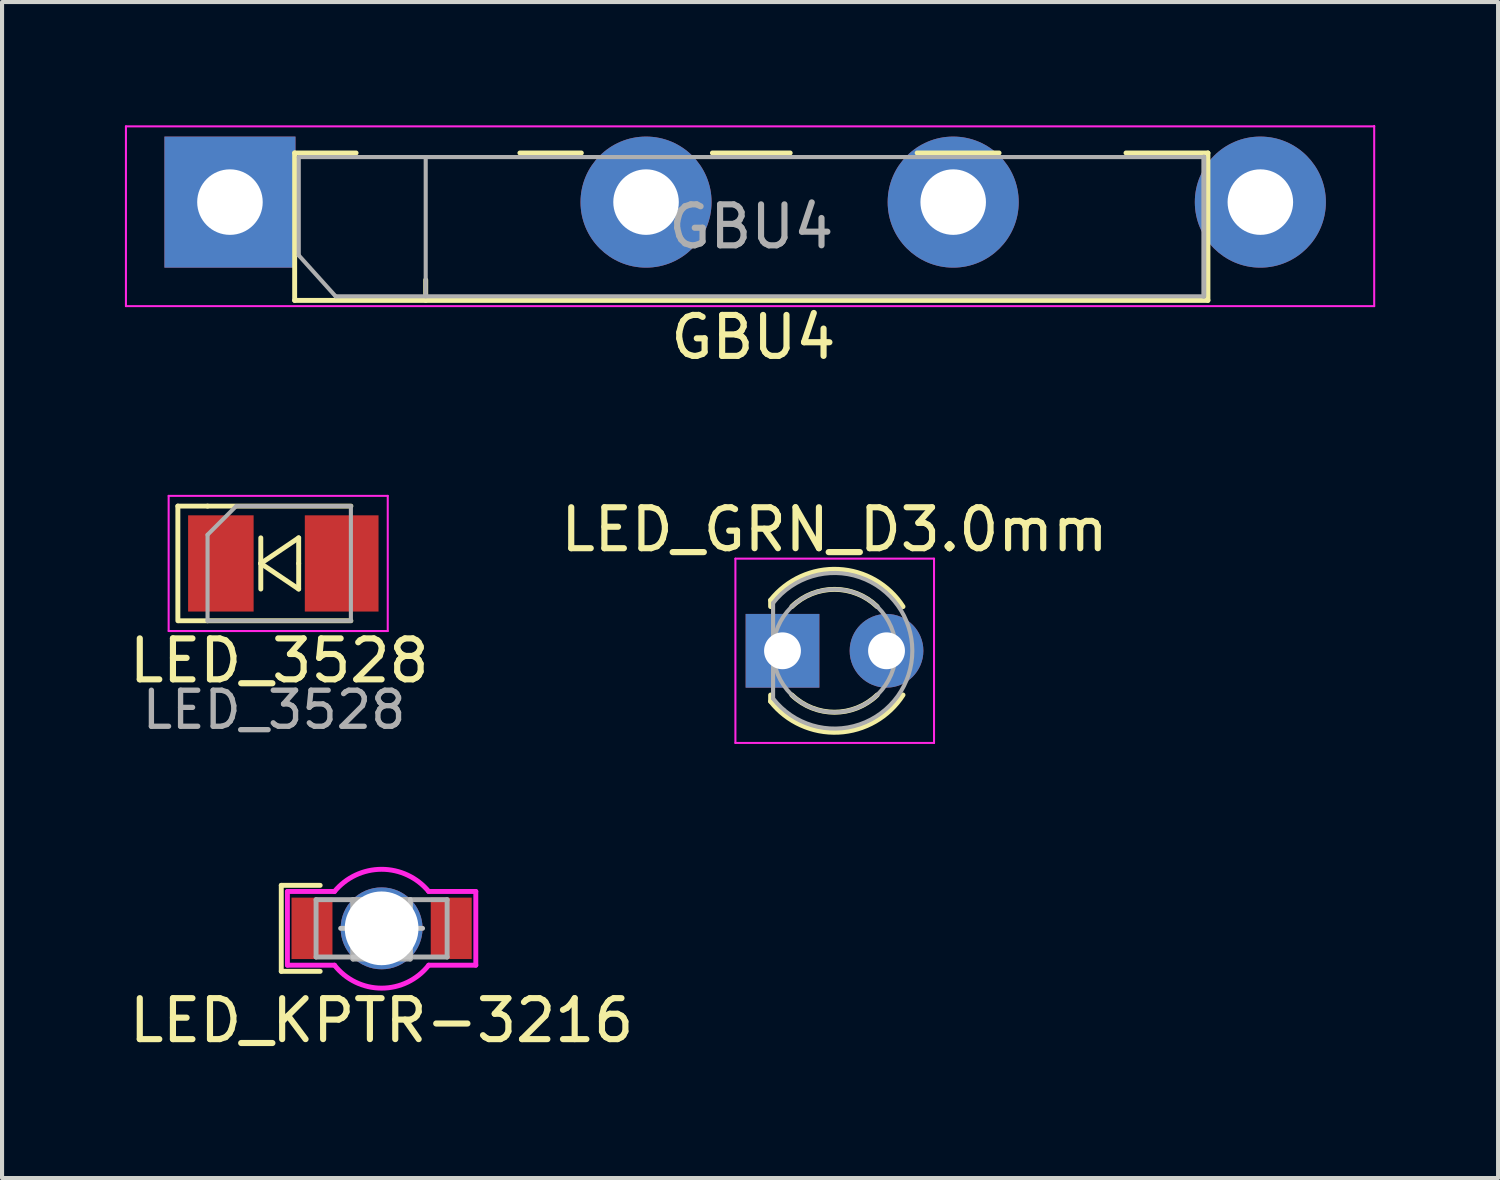
<source format=kicad_pcb>
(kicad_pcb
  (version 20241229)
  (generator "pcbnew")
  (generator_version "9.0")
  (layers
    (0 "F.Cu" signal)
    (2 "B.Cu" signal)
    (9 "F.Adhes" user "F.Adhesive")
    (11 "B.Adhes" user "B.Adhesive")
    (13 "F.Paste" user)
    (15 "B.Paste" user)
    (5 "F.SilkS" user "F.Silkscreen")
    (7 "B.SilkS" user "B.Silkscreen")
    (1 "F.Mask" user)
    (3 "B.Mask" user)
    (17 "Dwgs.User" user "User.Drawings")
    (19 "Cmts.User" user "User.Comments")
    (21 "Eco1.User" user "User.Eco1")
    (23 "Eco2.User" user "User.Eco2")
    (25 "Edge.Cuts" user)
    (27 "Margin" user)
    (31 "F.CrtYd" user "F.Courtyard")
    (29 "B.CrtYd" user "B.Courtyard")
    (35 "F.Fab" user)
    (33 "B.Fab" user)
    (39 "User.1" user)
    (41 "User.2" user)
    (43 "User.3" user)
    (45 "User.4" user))
  (footprint "LED_KPTR-3216"
    (layer "F.Cu")
    (at 6.268 19.618)
    (property "Reference" "LED_KPTR-3216" (at 0 2.25 0) (layer "F.SilkS") (effects (font (size 1 1) (thickness 0.15))))
    (attr smd)
    (fp_line (start -2.45 -1.05) (end -2.45 1.05) (stroke (width 0.12) (type solid)) (layer "F.SilkS"))
    (fp_line (start -2.45 -1.05) (end -1.5 -1.05) (stroke (width 0.12) (type solid)) (layer "F.SilkS"))
    (fp_line (start -2.45 1.05) (end -1.5 1.05) (stroke (width 0.12) (type solid)) (layer "F.SilkS"))
    (fp_line (start -1 0) (end 1 0) (stroke (width 0.12) (type solid)) (layer "Dwgs.User"))
    (fp_line (start 0.7 -0.7) (end 0.7 0.7) (stroke (width 0.12) (type solid)) (layer "Dwgs.User"))
    (fp_line (start 0.7 0.7) (end -0.7 0.7) (stroke (width 0.12) (type solid)) (layer "Dwgs.User"))
    (fp_line (start -2.3 -0.9) (end -2.3 0.9) (stroke (width 0.12) (type solid)) (layer "F.CrtYd"))
    (fp_line (start -2.3 0.9) (end -1.15 0.9) (stroke (width 0.12) (type solid)) (layer "F.CrtYd"))
    (fp_line (start -1.15 -0.9) (end -2.3 -0.9) (stroke (width 0.12) (type solid)) (layer "F.CrtYd"))
    (fp_line (start 1.15 0.9) (end 2.3 0.9) (stroke (width 0.12) (type solid)) (layer "F.CrtYd"))
    (fp_line (start 2.3 -0.9) (end 1.15 -0.9) (stroke (width 0.12) (type solid)) (layer "F.CrtYd"))
    (fp_line (start 2.3 0.9) (end 2.3 -0.9) (stroke (width 0.12) (type solid)) (layer "F.CrtYd"))
    (fp_arc (start -1.150319 -0.899612) (mid -0.000251 -1.441643) (end 1.149999 -0.9) (stroke (width 0.12) (type solid)) (layer "F.CrtYd"))
    (fp_arc (start 1.149906 0.900119) (mid -0.000076 1.460308) (end -1.149999 0.9) (stroke (width 0.12) (type solid)) (layer "F.CrtYd"))
    (fp_line (start -1.6 -0.7) (end -1.6 0.7) (stroke (width 0.12) (type solid)) (layer "F.Fab"))
    (fp_line (start -1.6 0.7) (end 1.6 0.7) (stroke (width 0.12) (type solid)) (layer "F.Fab"))
    (fp_line (start -0.7 -0.7) (end 0.7 -0.7) (stroke (width 0.12) (type solid)) (layer "F.Fab"))
    (fp_line (start -0.7 -0.65) (end 0.7 -0.65) (stroke (width 0.12) (type solid)) (layer "F.Fab"))
    (fp_line (start -0.7 0.7) (end -0.7 -0.7) (stroke (width 0.12) (type solid)) (layer "F.Fab"))
    (fp_line (start -0.7 0.75) (end -0.7 -0.65) (stroke (width 0.12) (type solid)) (layer "F.Fab"))
    (fp_line (start 0.7 -0.65) (end 0.7 0.75) (stroke (width 0.12) (type solid)) (layer "F.Fab"))
    (fp_line (start 0.7 0.75) (end -0.7 0.75) (stroke (width 0.12) (type solid)) (layer "F.Fab"))
    (fp_line (start 1.6 -0.7) (end -1.6 -0.7) (stroke (width 0.12) (type solid)) (layer "F.Fab"))
    (fp_line (start 1.6 0.7) (end 1.6 -0.7) (stroke (width 0.12) (type solid)) (layer "F.Fab"))
    (pad "" np_thru_hole circle (at 0 0 180) (size 2 2) (drill 1.8) (layers "*.Cu" "*.Mask"))
    (pad "1" smd rect (at -1.7 0 180) (size 1 1.5) (layers "F.Cu" "F.Mask" "F.Paste"))
    (pad "2" smd rect (at 1.7 0 180) (size 1 1.5) (layers "F.Cu" "F.Mask" "F.Paste")))
  (footprint "LED_GRN_D3.0mm"
    (layer "F.Cu")
    (at 16.057 12.841)
    (property "Reference" "LED_GRN_D3.0mm" (at 1.27 -2.96 0) (layer "F.SilkS") (effects (font (size 1 1) (thickness 0.15))))
    (attr through_hole)
    (fp_line (start -0.29 -1.236) (end -0.29 -1.08) (stroke (width 0.12) (type solid)) (layer "F.SilkS"))
    (fp_line (start -0.29 1.08) (end -0.29 1.236) (stroke (width 0.12) (type solid)) (layer "F.SilkS"))
    (fp_arc (start -0.29 -1.235516) (mid 1.366487 -1.987659) (end 2.942335 -1.078608) (stroke (width 0.12) (type solid)) (layer "F.SilkS"))
    (fp_arc (start 0.229039 -1.08) (mid 1.270117 -1.5) (end 2.31113 -1.079837) (stroke (width 0.12) (type solid)) (layer "F.SilkS"))
    (fp_arc (start 2.31113 1.079837) (mid 1.270117 1.5) (end 0.229039 1.08) (stroke (width 0.12) (type solid)) (layer "F.SilkS"))
    (fp_arc (start 2.942335 1.078608) (mid 1.366487 1.987659) (end -0.29 1.235516) (stroke (width 0.12) (type solid)) (layer "F.SilkS"))
    (fp_line (start -1.15 -2.25) (end -1.15 2.25) (stroke (width 0.05) (type solid)) (layer "F.CrtYd"))
    (fp_line (start -1.15 2.25) (end 3.7 2.25) (stroke (width 0.05) (type solid)) (layer "F.CrtYd"))
    (fp_line (start 3.7 -2.25) (end -1.15 -2.25) (stroke (width 0.05) (type solid)) (layer "F.CrtYd"))
    (fp_line (start 3.7 2.25) (end 3.7 -2.25) (stroke (width 0.05) (type solid)) (layer "F.CrtYd"))
    (fp_line (start -0.23 -1.166) (end -0.23 1.166) (stroke (width 0.1) (type solid)) (layer "F.Fab"))
    (fp_arc (start -0.23 -1.16619) (mid 3.17 0.000452) (end -0.230555 1.165476) (stroke (width 0.1) (type solid)) (layer "F.Fab"))
    (fp_circle (center 1.27 0) (end 2.77 0) (stroke (width 0.1) (type solid)) (fill no) (layer "F.Fab"))
    (pad "1" thru_hole rect (at 0 0) (size 1.8 1.8) (drill 0.9) (layers "*.Cu" "*.Mask"))
    (pad "2" thru_hole circle (at 2.54 0) (size 1.8 1.8) (drill 0.9) (layers "*.Cu" "*.Mask")))
  (footprint "LED_3528"
    (layer "F.Cu")
    (at 3.768 10.708)
    (property "Reference" "LED_3528" (at 0 2.375 0) (layer "F.SilkS") (effects (font (size 1 1) (thickness 0.15))))
    (attr smd)
    (fp_line (start -2.475 -1.4) (end -2.475 1.4) (stroke (width 0.12) (type solid)) (layer "F.SilkS"))
    (fp_line (start -2.45 1.4) (end -1.75 1.4) (stroke (width 0.12) (type solid)) (layer "F.SilkS"))
    (fp_line (start -1.75 -1.4) (end -2.475 -1.4) (stroke (width 0.12) (type solid)) (layer "F.SilkS"))
    (fp_line (start -0.45 0) (end -0.45 -0.625) (stroke (width 0.12) (type solid)) (layer "F.SilkS"))
    (fp_line (start -0.45 0) (end -0.45 0.625) (stroke (width 0.12) (type solid)) (layer "F.SilkS"))
    (fp_line (start -0.45 0) (end 0.475 -0.625) (stroke (width 0.12) (type solid)) (layer "F.SilkS"))
    (fp_line (start -0.45 0) (end 0.475 0.625) (stroke (width 0.12) (type solid)) (layer "F.SilkS"))
    (fp_line (start 0.475 0) (end 0.475 -0.625) (stroke (width 0.12) (type solid)) (layer "F.SilkS"))
    (fp_line (start 0.475 0) (end 0.475 0.625) (stroke (width 0.12) (type solid)) (layer "F.SilkS"))
    (fp_line (start 1.75 -1.4) (end -1.75 -1.4) (stroke (width 0.12) (type solid)) (layer "F.SilkS"))
    (fp_line (start 1.75 1.4) (end -1.75 1.4) (stroke (width 0.12) (type solid)) (layer "F.SilkS"))
    (fp_line (start -2.7 -1.65) (end 2.65 -1.65) (stroke (width 0.05) (type solid)) (layer "F.CrtYd"))
    (fp_line (start -2.7 1.65) (end -2.7 -1.65) (stroke (width 0.05) (type solid)) (layer "F.CrtYd"))
    (fp_line (start 2.65 -1.65) (end 2.65 1.65) (stroke (width 0.05) (type solid)) (layer "F.CrtYd"))
    (fp_line (start 2.65 1.65) (end -2.7 1.65) (stroke (width 0.05) (type solid)) (layer "F.CrtYd"))
    (fp_line (start -1.75 -0.7) (end -1.75 1.4) (stroke (width 0.1) (type solid)) (layer "F.Fab"))
    (fp_line (start -1.75 1.4) (end 1.75 1.4) (stroke (width 0.1) (type solid)) (layer "F.Fab"))
    (fp_line (start -1.05 -1.4) (end -1.75 -0.7) (stroke (width 0.1) (type solid)) (layer "F.Fab"))
    (fp_line (start 1.75 -1.4) (end -1.05 -1.4) (stroke (width 0.1) (type solid)) (layer "F.Fab"))
    (fp_line (start 1.75 1.4) (end 1.75 -1.4) (stroke (width 0.1) (type solid)) (layer "F.Fab"))
    (fp_text user "${REFERENCE}" (at -0.125 3.575 0) (layer "F.Fab") (effects (font (size 0.88 0.88) (thickness 0.13))))
    (pad "1" smd rect (at -1.425 0) (size 1.6 2.35) (layers "F.Cu" "F.Mask" "F.Paste"))
    (pad "2" smd rect (at 1.525 0) (size 1.8 2.35) (layers "F.Cu" "F.Mask" "F.Paste")))
  (footprint "GBU4"
    (layer "F.Cu")
    (at 7.645 1.885)
    (property "Reference" "GBU4" (at 7.7 3.3 180) (layer "F.SilkS") (effects (font (size 1 1) (thickness 0.15))))
    (attr through_hole)
    (fp_line (start -3.5 -1.2) (end -2 -1.2) (stroke (width 0.12) (type solid)) (layer "F.SilkS"))
    (fp_line (start -3.5 2.4) (end -3.5 -1.2) (stroke (width 0.12) (type solid)) (layer "F.SilkS"))
    (fp_line (start -0.3 2.4) (end -0.3 1.9) (stroke (width 0.12) (type solid)) (layer "F.SilkS"))
    (fp_line (start 2 -1.2) (end 3.5 -1.2) (stroke (width 0.12) (type solid)) (layer "F.SilkS"))
    (fp_line (start 6.7 -1.2) (end 8.6 -1.2) (stroke (width 0.12) (type solid)) (layer "F.SilkS"))
    (fp_line (start 11.7 -1.2) (end 13.7 -1.2) (stroke (width 0.12) (type solid)) (layer "F.SilkS"))
    (fp_line (start 16.8 -1.2) (end 18.8 -1.2) (stroke (width 0.12) (type solid)) (layer "F.SilkS"))
    (fp_line (start 18.8 -1.2) (end 18.8 2.4) (stroke (width 0.12) (type solid)) (layer "F.SilkS"))
    (fp_line (start 18.8 2.4) (end -3.5 2.4) (stroke (width 0.12) (type solid)) (layer "F.SilkS"))
    (fp_line (start -7.62 2.54) (end -7.62 -1.85) (stroke (width 0.05) (type solid)) (layer "F.CrtYd"))
    (fp_line (start -7.62 2.54) (end 22.86 2.54) (stroke (width 0.05) (type solid)) (layer "F.CrtYd"))
    (fp_line (start 22.86 -1.86) (end 22.86 2.54) (stroke (width 0.05) (type solid)) (layer "F.CrtYd"))
    (fp_line (start 22.86 -1.85) (end -7.62 -1.85) (stroke (width 0.05) (type solid)) (layer "F.CrtYd"))
    (fp_line (start -3.4 -1.1) (end 18.7 -1.1) (stroke (width 0.1) (type solid)) (layer "F.Fab"))
    (fp_line (start -3.4 1.3) (end -3.4 -1.1) (stroke (width 0.1) (type solid)) (layer "F.Fab"))
    (fp_line (start -2.5 2.3) (end -3.4 1.3) (stroke (width 0.1) (type solid)) (layer "F.Fab"))
    (fp_line (start -0.3 2.3) (end -0.3 -1.1) (stroke (width 0.1) (type solid)) (layer "F.Fab"))
    (fp_line (start 18.7 -1.1) (end 18.7 2.3) (stroke (width 0.12) (type solid)) (layer "F.Fab"))
    (fp_line (start 18.7 2.3) (end -2.5 2.3) (stroke (width 0.1) (type solid)) (layer "F.Fab"))
    (fp_text user "${REFERENCE}" (at 7.65 0.6 180) (layer "F.Fab") (effects (font (size 1 1) (thickness 0.15))))
    (pad "1" thru_hole rect (at -5.08 0) (size 3.2 3.2) (drill 1.6) (layers "*.Cu" "*.Mask"))
    (pad "2" thru_hole circle (at 5.08 0) (size 3.2 3.2) (drill 1.6) (layers "*.Cu" "*.Mask"))
    (pad "3" thru_hole circle (at 12.58 0) (size 3.2 3.2) (drill 1.6) (layers "*.Cu" "*.Mask"))
    (pad "4" thru_hole circle (at 20.08 0) (size 3.2 3.2) (drill 1.6) (layers "*.Cu" "*.Mask")))
  (gr_rect
    (start -3 -3)
    (end 33.53 25.716)
    (stroke (width 0.1) (type default))
    (fill no)
    (layer "Edge.Cuts")))
</source>
